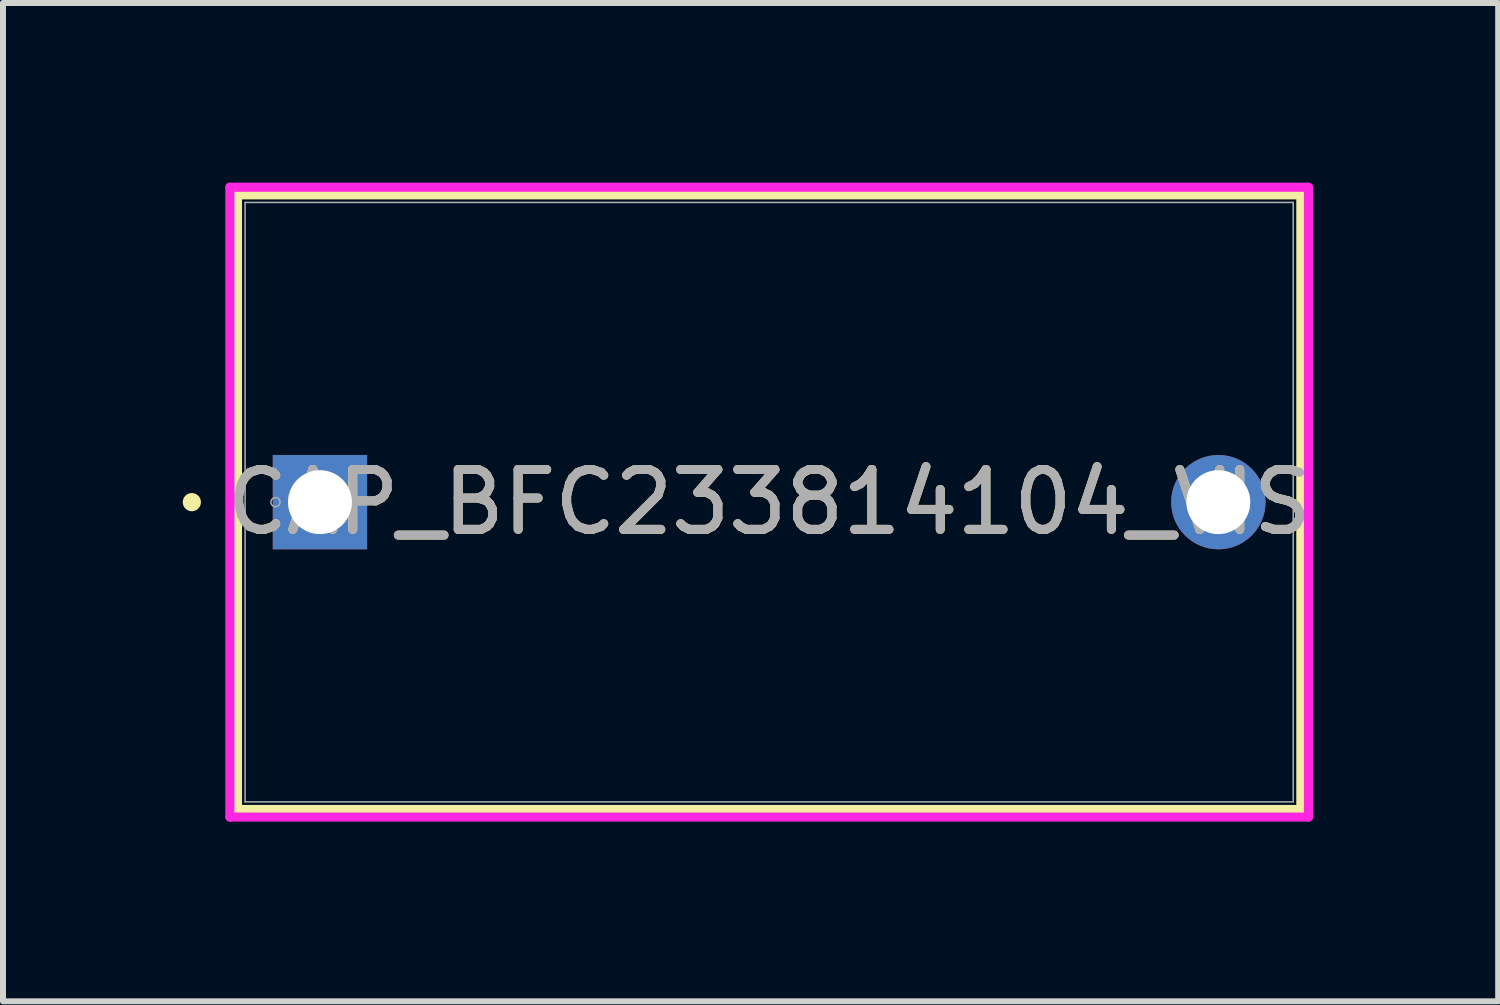
<source format=kicad_pcb>
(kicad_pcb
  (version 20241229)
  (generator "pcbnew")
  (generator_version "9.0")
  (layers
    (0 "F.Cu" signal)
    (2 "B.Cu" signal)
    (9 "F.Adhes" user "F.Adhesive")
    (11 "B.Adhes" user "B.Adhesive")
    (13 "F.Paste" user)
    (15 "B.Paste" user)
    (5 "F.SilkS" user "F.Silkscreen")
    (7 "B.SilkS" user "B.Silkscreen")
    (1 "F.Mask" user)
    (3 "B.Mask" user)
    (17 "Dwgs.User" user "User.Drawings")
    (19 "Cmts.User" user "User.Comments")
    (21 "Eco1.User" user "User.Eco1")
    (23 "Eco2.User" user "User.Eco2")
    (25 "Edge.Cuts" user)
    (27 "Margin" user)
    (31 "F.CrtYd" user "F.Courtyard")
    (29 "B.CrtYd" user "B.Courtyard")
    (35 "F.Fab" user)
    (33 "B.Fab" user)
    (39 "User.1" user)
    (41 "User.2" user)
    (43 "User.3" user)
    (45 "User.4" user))
  (footprint "CAP_BFC233814104_VIS"
    (layer "F.Cu")
    (at 2.292 5.334)
    (property "Reference" "CAP_BFC233814104_VIS" (at 7.5 0 0) (unlocked yes) (layer "F.SilkS") (effects (font (size 1 1) (thickness 0.15))))
    (attr through_hole)
    (fp_line (start -1.377 -5.131) (end -1.377 5.131) (stroke (width 0.152) (type solid)) (layer "F.SilkS"))
    (fp_line (start 16.377 -5.131) (end -1.377 -5.131) (stroke (width 0.152) (type solid)) (layer "F.SilkS"))
    (fp_line (start 16.377 -5.131) (end 16.377 5.131) (stroke (width 0.152) (type solid)) (layer "F.SilkS"))
    (fp_line (start 16.377 5.131) (end -1.377 5.131) (stroke (width 0.152) (type solid)) (layer "F.SilkS"))
    (fp_circle (center -2.139 0) (end -2.063 0) (stroke (width 0.152) (type solid)) (fill no) (layer "F.SilkS"))
    (fp_line (start -1.504 -5.258) (end 16.504 -5.258) (stroke (width 0.152) (type solid)) (layer "F.CrtYd"))
    (fp_line (start -1.504 5.258) (end -1.504 -5.258) (stroke (width 0.152) (type solid)) (layer "F.CrtYd"))
    (fp_line (start 16.504 -5.258) (end 16.504 5.258) (stroke (width 0.152) (type solid)) (layer "F.CrtYd"))
    (fp_line (start 16.504 5.258) (end -1.504 5.258) (stroke (width 0.152) (type solid)) (layer "F.CrtYd"))
    (fp_line (start -1.25 -5.004) (end -1.25 5.004) (stroke (width 0.025) (type solid)) (layer "F.Fab"))
    (fp_line (start 16.25 -5.004) (end -1.25 -5.004) (stroke (width 0.025) (type solid)) (layer "F.Fab"))
    (fp_line (start 16.25 -5.004) (end 16.25 5.004) (stroke (width 0.025) (type solid)) (layer "F.Fab"))
    (fp_line (start 16.25 5.004) (end -1.25 5.004) (stroke (width 0.025) (type solid)) (layer "F.Fab"))
    (fp_circle (center -0.742 0) (end -0.666 0) (stroke (width 0.025) (type solid)) (fill no) (layer "F.Fab"))
    (fp_text user "${REFERENCE}" (at 7.5 0 0) (unlocked yes) (layer "F.Fab") (effects (font (size 1 1) (thickness 0.15))))
    (pad "1" thru_hole rect (at 0 0) (size 1.575 1.575) (drill 1.067) (layers "*.Cu" "*.Mask"))
    (pad "2" thru_hole circle (at 15 0) (size 1.575 1.575) (drill 1.067) (layers "*.Cu" "*.Mask")))
  (gr_rect
    (start -3 -3)
    (end 21.964 13.668)
    (stroke (width 0.1) (type default))
    (fill no)
    (layer "Edge.Cuts")))
</source>
